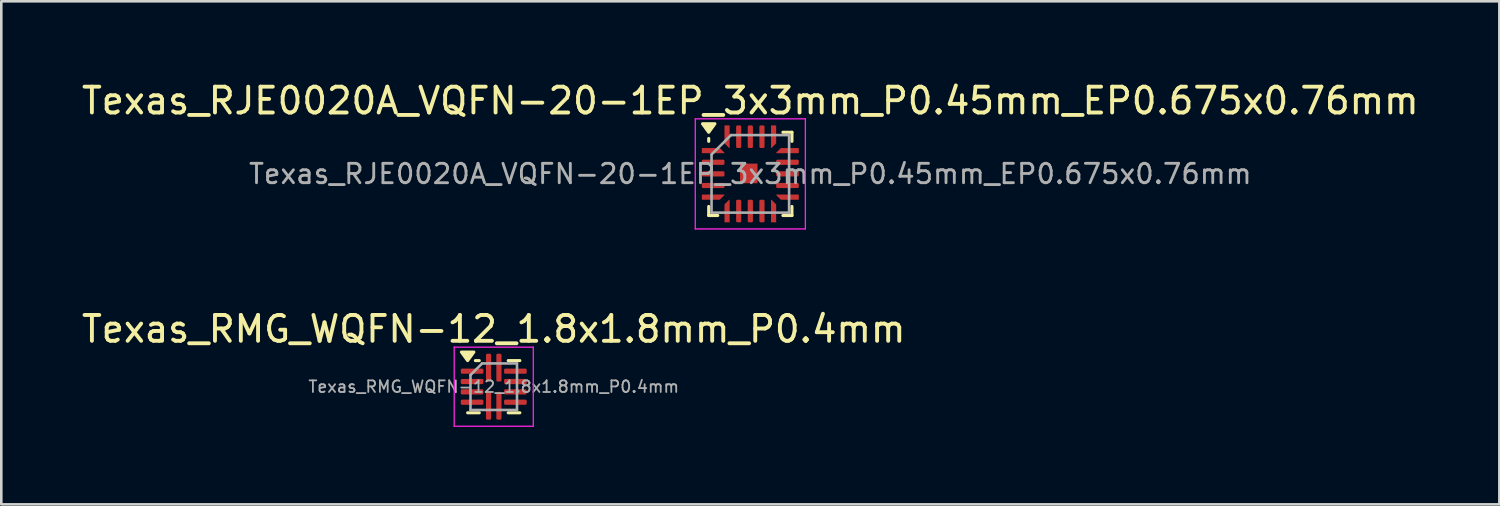
<source format=kicad_pcb>
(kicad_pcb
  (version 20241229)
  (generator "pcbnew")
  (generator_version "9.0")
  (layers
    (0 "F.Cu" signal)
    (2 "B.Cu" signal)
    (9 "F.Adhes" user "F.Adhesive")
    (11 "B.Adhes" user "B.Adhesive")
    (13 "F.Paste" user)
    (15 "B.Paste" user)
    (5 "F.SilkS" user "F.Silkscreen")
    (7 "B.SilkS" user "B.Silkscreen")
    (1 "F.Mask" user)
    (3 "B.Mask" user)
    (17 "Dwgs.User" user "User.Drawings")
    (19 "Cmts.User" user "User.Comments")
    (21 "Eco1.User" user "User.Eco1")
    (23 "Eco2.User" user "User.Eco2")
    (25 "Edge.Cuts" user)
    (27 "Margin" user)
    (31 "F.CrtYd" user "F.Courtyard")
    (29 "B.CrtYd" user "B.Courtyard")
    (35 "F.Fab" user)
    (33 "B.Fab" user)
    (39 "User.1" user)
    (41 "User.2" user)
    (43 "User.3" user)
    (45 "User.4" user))
  (footprint "Texas_RMG_WQFN-12_1.8x1.8mm_P0.4mm"
    (layer "F.Cu")
    (at 16.054 11.912)
    (property "Reference" "Texas_RMG_WQFN-12_1.8x1.8mm_P0.4mm" (at 0 -2.23 0) (layer "F.SilkS") (effects (font (size 1 1) (thickness 0.15))))
    (attr smd)
    (fp_line (start -0.56 -1.01) (end -0.71 -1.01) (stroke (width 0.12) (type solid)) (layer "F.SilkS"))
    (fp_line (start -0.56 1.01) (end -1.01 1.01) (stroke (width 0.12) (type solid)) (layer "F.SilkS"))
    (fp_line (start 0.56 -1.01) (end 1.01 -1.01) (stroke (width 0.12) (type solid)) (layer "F.SilkS"))
    (fp_line (start 0.56 1.01) (end 1.01 1.01) (stroke (width 0.12) (type solid)) (layer "F.SilkS"))
    (fp_poly (pts (xy -1.01 -1.01) (xy -1.25 -1.34) (xy -0.77 -1.34) (xy -1.01 -1.01)) (stroke (width 0.12) (type solid)) (fill yes) (layer "F.SilkS"))
    (fp_line (start -1.53 -1.53) (end -1.53 1.53) (stroke (width 0.05) (type solid)) (layer "F.CrtYd"))
    (fp_line (start -1.53 1.53) (end 1.53 1.53) (stroke (width 0.05) (type solid)) (layer "F.CrtYd"))
    (fp_line (start 1.53 -1.53) (end -1.53 -1.53) (stroke (width 0.05) (type solid)) (layer "F.CrtYd"))
    (fp_line (start 1.53 1.53) (end 1.53 -1.53) (stroke (width 0.05) (type solid)) (layer "F.CrtYd"))
    (fp_line (start -0.9 -0.45) (end -0.45 -0.9) (stroke (width 0.1) (type solid)) (layer "F.Fab"))
    (fp_line (start -0.9 0.9) (end -0.9 -0.45) (stroke (width 0.1) (type solid)) (layer "F.Fab"))
    (fp_line (start -0.45 -0.9) (end 0.9 -0.9) (stroke (width 0.1) (type solid)) (layer "F.Fab"))
    (fp_line (start 0.9 -0.9) (end 0.9 0.9) (stroke (width 0.1) (type solid)) (layer "F.Fab"))
    (fp_line (start 0.9 0.9) (end -0.9 0.9) (stroke (width 0.1) (type solid)) (layer "F.Fab"))
    (fp_text user "${REFERENCE}" (at 0 0 0) (layer "F.Fab") (effects (font (size 0.45 0.45) (thickness 0.07))))
    (pad "1" smd roundrect (at 0.2 -0.738) (size 0.2 1.075) (layers "F.Cu" "F.Mask" "F.Paste") (roundrect_rratio 0.25))
    (pad "2" smd roundrect (at -0.2 -0.738) (size 0.2 1.075) (layers "F.Cu" "F.Mask" "F.Paste") (roundrect_rratio 0.25))
    (pad "3" smd roundrect (at -0.838 -0.6) (size 0.875 0.2) (layers "F.Cu" "F.Mask" "F.Paste") (roundrect_rratio 0.25))
    (pad "4" smd roundrect (at -0.838 -0.2) (size 0.875 0.2) (layers "F.Cu" "F.Mask" "F.Paste") (roundrect_rratio 0.25))
    (pad "5" smd roundrect (at -0.838 0.2) (size 0.875 0.2) (layers "F.Cu" "F.Mask" "F.Paste") (roundrect_rratio 0.25))
    (pad "6" smd roundrect (at -0.838 0.6) (size 0.875 0.2) (layers "F.Cu" "F.Mask" "F.Paste") (roundrect_rratio 0.25))
    (pad "7" smd roundrect (at -0.2 0.738) (size 0.2 1.075) (layers "F.Cu" "F.Mask" "F.Paste") (roundrect_rratio 0.25))
    (pad "8" smd roundrect (at 0.2 0.738) (size 0.2 1.075) (layers "F.Cu" "F.Mask" "F.Paste") (roundrect_rratio 0.25))
    (pad "9" smd roundrect (at 0.838 0.6) (size 0.875 0.2) (layers "F.Cu" "F.Mask" "F.Paste") (roundrect_rratio 0.25))
    (pad "10" smd roundrect (at 0.838 0.2) (size 0.875 0.2) (layers "F.Cu" "F.Mask" "F.Paste") (roundrect_rratio 0.25))
    (pad "11" smd roundrect (at 0.838 -0.2) (size 0.875 0.2) (layers "F.Cu" "F.Mask" "F.Paste") (roundrect_rratio 0.25))
    (pad "12" smd roundrect (at 0.838 -0.6) (size 0.875 0.2) (layers "F.Cu" "F.Mask" "F.Paste") (roundrect_rratio 0.25)))
  (footprint "Texas_RJE0020A_VQFN-20-1EP_3x3mm_P0.45mm_EP0.675x0.76mm"
    (layer "F.Cu")
    (at 25.982 3.678)
    (property "Reference" "Texas_RJE0020A_VQFN-20-1EP_3x3mm_P0.45mm_EP0.675x0.76mm" (at 0 -2.83 0) (layer "F.SilkS") (effects (font (size 1 1) (thickness 0.15))))
    (attr smd)
    (fp_line (start -1.61 -1.26) (end -1.61 -1.37) (stroke (width 0.12) (type solid)) (layer "F.SilkS"))
    (fp_line (start -1.61 1.61) (end -1.61 1.26) (stroke (width 0.12) (type solid)) (layer "F.SilkS"))
    (fp_line (start -1.26 1.61) (end -1.61 1.61) (stroke (width 0.12) (type solid)) (layer "F.SilkS"))
    (fp_line (start 1.26 -1.61) (end 1.61 -1.61) (stroke (width 0.12) (type solid)) (layer "F.SilkS"))
    (fp_line (start 1.26 1.61) (end 1.61 1.61) (stroke (width 0.12) (type solid)) (layer "F.SilkS"))
    (fp_line (start 1.61 -1.61) (end 1.61 -1.26) (stroke (width 0.12) (type solid)) (layer "F.SilkS"))
    (fp_line (start 1.61 1.61) (end 1.61 1.26) (stroke (width 0.12) (type solid)) (layer "F.SilkS"))
    (fp_poly (pts (xy -1.61 -1.61) (xy -1.85 -1.94) (xy -1.37 -1.94) (xy -1.61 -1.61)) (stroke (width 0.12) (type solid)) (fill yes) (layer "F.SilkS"))
    (fp_line (start -2.13 -2.13) (end -2.13 2.13) (stroke (width 0.05) (type solid)) (layer "F.CrtYd"))
    (fp_line (start -2.13 2.13) (end 2.13 2.13) (stroke (width 0.05) (type solid)) (layer "F.CrtYd"))
    (fp_line (start 2.13 -2.13) (end -2.13 -2.13) (stroke (width 0.05) (type solid)) (layer "F.CrtYd"))
    (fp_line (start 2.13 2.13) (end 2.13 -2.13) (stroke (width 0.05) (type solid)) (layer "F.CrtYd"))
    (fp_line (start -1.5 -0.75) (end -0.75 -1.5) (stroke (width 0.1) (type solid)) (layer "F.Fab"))
    (fp_line (start -1.5 1.5) (end -1.5 -0.75) (stroke (width 0.1) (type solid)) (layer "F.Fab"))
    (fp_line (start -0.75 -1.5) (end 1.5 -1.5) (stroke (width 0.1) (type solid)) (layer "F.Fab"))
    (fp_line (start 1.5 -1.5) (end 1.5 1.5) (stroke (width 0.1) (type solid)) (layer "F.Fab"))
    (fp_line (start 1.5 1.5) (end -1.5 1.5) (stroke (width 0.1) (type solid)) (layer "F.Fab"))
    (fp_text user "${REFERENCE}" (at 0 0 0) (layer "F.Fab") (effects (font (size 0.75 0.75) (thickness 0.11))))
    (pad "" smd roundrect (at -0.06 -0.018) (size 0.64 0.72) (layers "F.Paste") (roundrect_rratio 0.25))
    (pad "1" smd custom (at -1.438 -0.9) (size 0.073 0.073) (layers "F.Cu" "F.Mask" "F.Paste") (options (anchor circle)) (primitives (gr_poly (pts (xy -0.427 -0.09) (xy 0.253 -0.09) (xy 0.427 0.084) (xy 0.427 0.09) (xy -0.427 0.09)) (width 0.02) (fill yes))))
    (pad "2" smd roundrect (at -1.438 -0.45) (size 0.875 0.2) (layers "F.Cu" "F.Mask" "F.Paste") (roundrect_rratio 0.25))
    (pad "3" smd roundrect (at -1.438 0) (size 0.875 0.2) (layers "F.Cu" "F.Mask" "F.Paste") (roundrect_rratio 0.25))
    (pad "4" smd roundrect (at -1.438 0.45) (size 0.875 0.2) (layers "F.Cu" "F.Mask" "F.Paste") (roundrect_rratio 0.25))
    (pad "5" smd custom (at -1.438 0.9) (size 0.073 0.073) (layers "F.Cu" "F.Mask" "F.Paste") (options (anchor circle)) (primitives (gr_poly (pts (xy -0.427 -0.09) (xy 0.427 -0.09) (xy 0.427 -0.084) (xy 0.253 0.09) (xy -0.427 0.09)) (width 0.02) (fill yes))))
    (pad "6" smd custom (at -0.9 1.438) (size 0.073 0.073) (layers "F.Cu" "F.Mask" "F.Paste") (options (anchor circle)) (primitives (gr_poly (pts (xy -0.09 -0.253) (xy 0.084 -0.427) (xy 0.09 -0.427) (xy 0.09 0.427) (xy -0.09 0.427)) (width 0.02) (fill yes))))
    (pad "7" smd roundrect (at -0.45 1.438) (size 0.2 0.875) (layers "F.Cu" "F.Mask" "F.Paste") (roundrect_rratio 0.25))
    (pad "8" smd roundrect (at 0 1.438) (size 0.2 0.875) (layers "F.Cu" "F.Mask" "F.Paste") (roundrect_rratio 0.25))
    (pad "9" smd roundrect (at 0.45 1.438) (size 0.2 0.875) (layers "F.Cu" "F.Mask" "F.Paste") (roundrect_rratio 0.25))
    (pad "10" smd custom (at 0.9 1.438) (size 0.073 0.073) (layers "F.Cu" "F.Mask" "F.Paste") (options (anchor circle)) (primitives (gr_poly (pts (xy -0.09 -0.427) (xy -0.084 -0.427) (xy 0.09 -0.253) (xy 0.09 0.427) (xy -0.09 0.427)) (width 0.02) (fill yes))))
    (pad "11" smd custom (at 1.438 0.9) (size 0.073 0.073) (layers "F.Cu" "F.Mask" "F.Paste") (options (anchor circle)) (primitives (gr_poly (pts (xy -0.427 -0.09) (xy 0.427 -0.09) (xy 0.427 0.09) (xy -0.253 0.09) (xy -0.427 -0.084)) (width 0.02) (fill yes))))
    (pad "12" smd roundrect (at 1.438 0.45) (size 0.875 0.2) (layers "F.Cu" "F.Mask" "F.Paste") (roundrect_rratio 0.25))
    (pad "13" smd roundrect (at 1.438 0) (size 0.875 0.2) (layers "F.Cu" "F.Mask" "F.Paste") (roundrect_rratio 0.25))
    (pad "14" smd roundrect (at 1.438 -0.45) (size 0.875 0.2) (layers "F.Cu" "F.Mask" "F.Paste") (roundrect_rratio 0.25))
    (pad "15" smd custom (at 1.438 -0.9) (size 0.073 0.073) (layers "F.Cu" "F.Mask" "F.Paste") (options (anchor circle)) (primitives (gr_poly (pts (xy -0.427 0.084) (xy -0.253 -0.09) (xy 0.427 -0.09) (xy 0.427 0.09) (xy -0.427 0.09)) (width 0.02) (fill yes))))
    (pad "16" smd custom (at 0.9 -1.438) (size 0.073 0.073) (layers "F.Cu" "F.Mask" "F.Paste") (options (anchor circle)) (primitives (gr_poly (pts (xy -0.09 -0.427) (xy 0.09 -0.427) (xy 0.09 0.253) (xy -0.084 0.427) (xy -0.09 0.427)) (width 0.02) (fill yes))))
    (pad "17" smd roundrect (at 0.45 -1.438) (size 0.2 0.875) (layers "F.Cu" "F.Mask" "F.Paste") (roundrect_rratio 0.25))
    (pad "18" smd roundrect (at 0 -1.438) (size 0.2 0.875) (layers "F.Cu" "F.Mask" "F.Paste") (roundrect_rratio 0.25))
    (pad "19" smd roundrect (at -0.45 -1.438) (size 0.2 0.875) (layers "F.Cu" "F.Mask" "F.Paste") (roundrect_rratio 0.25))
    (pad "20" smd custom (at -0.9 -1.438) (size 0.073 0.073) (layers "F.Cu" "F.Mask" "F.Paste") (options (anchor circle)) (primitives (gr_poly (pts (xy -0.09 -0.427) (xy 0.09 -0.427) (xy 0.09 0.427) (xy 0.084 0.427) (xy -0.09 0.253)) (width 0.02) (fill yes))))
    (pad "21" smd rect (at -0.06 -0.018) (size 0.675 0.76) (property pad_prop_heatsink) (layers "F.Cu" "F.Mask")))
  (gr_rect
    (start -3 -3)
    (end 54.964 16.466)
    (stroke (width 0.1) (type default))
    (fill no)
    (layer "Edge.Cuts")))
</source>
